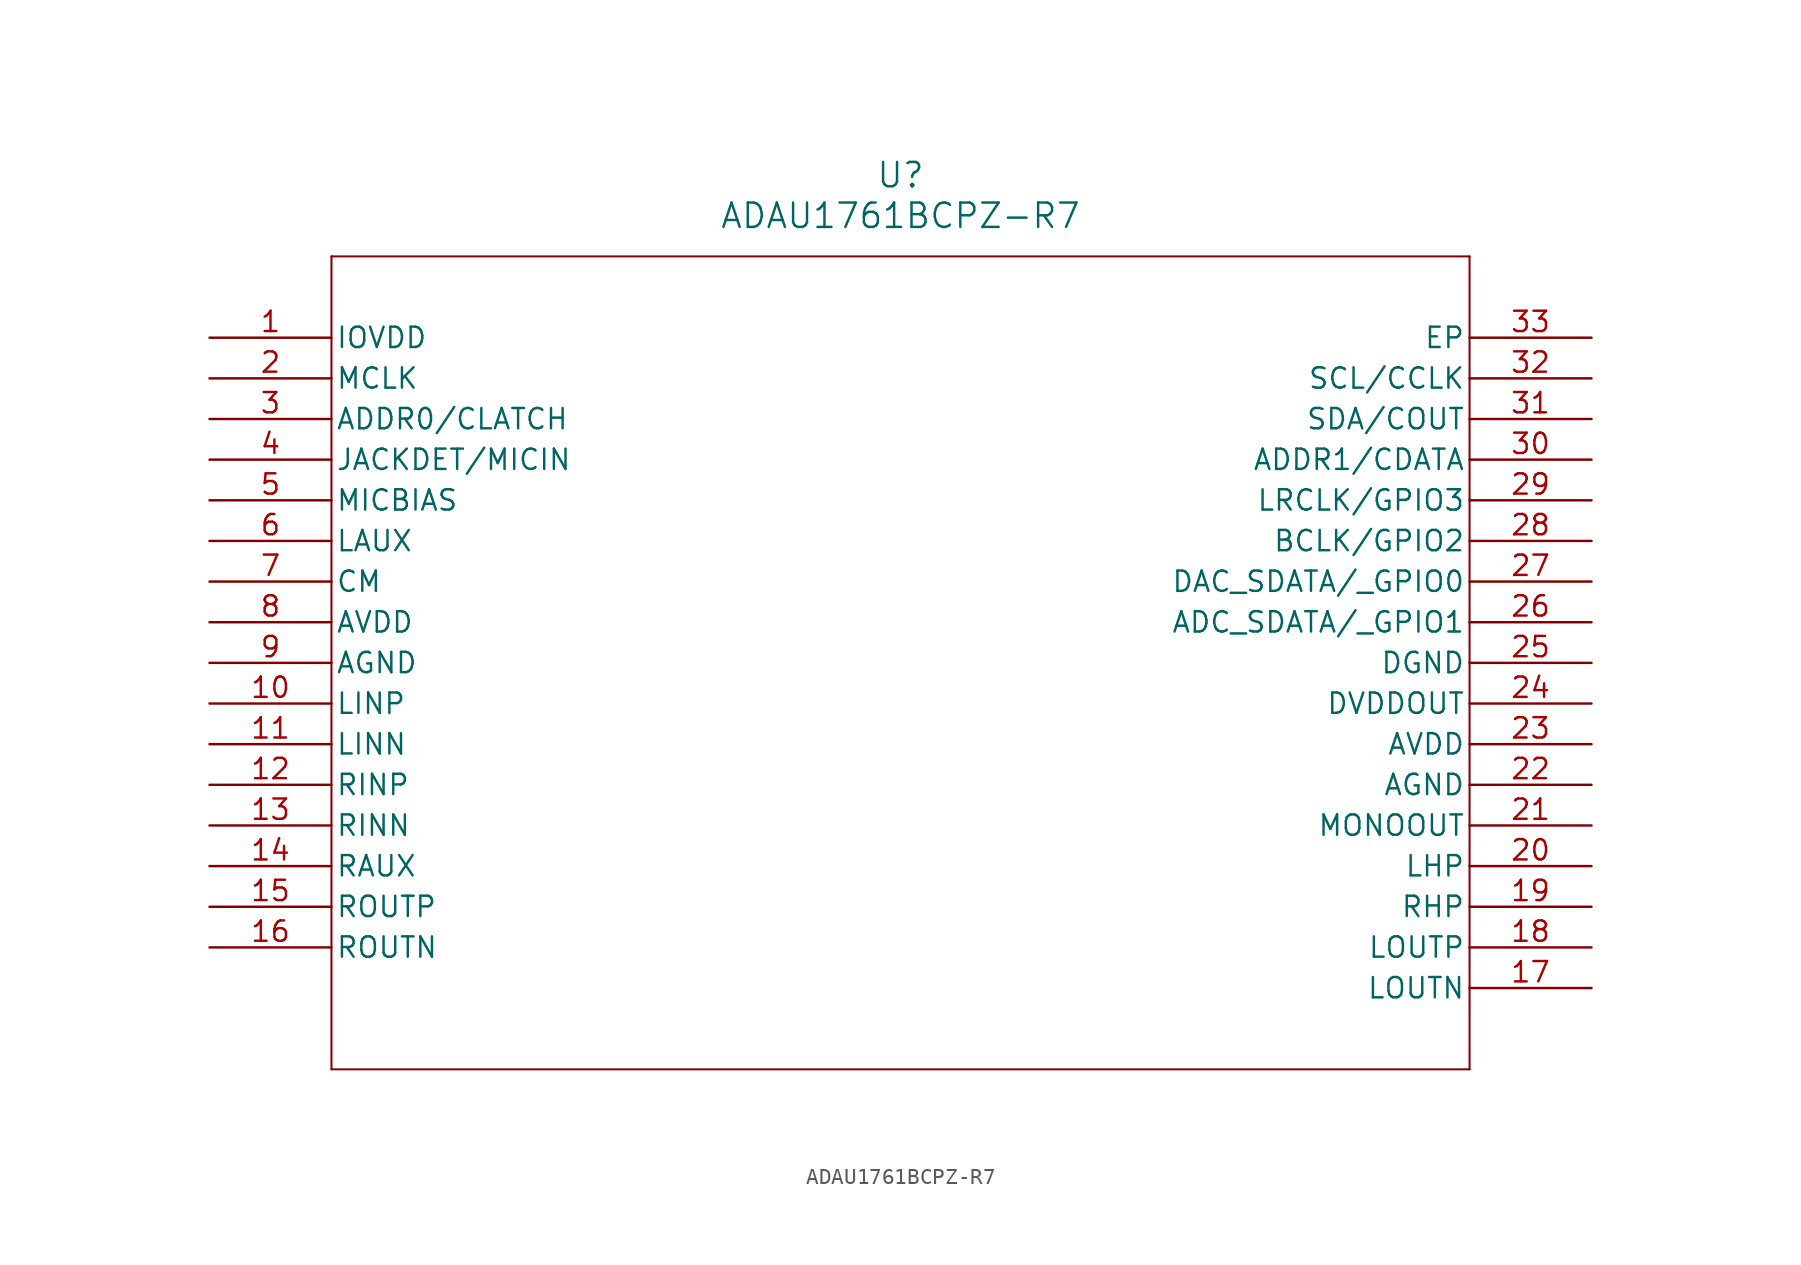
<source format=kicad_sym>
(kicad_symbol_lib
  (version 20220914)
  (generator kicad_symbol_editor)
  (symbol "ADAU1761BCPZ-R7"
    (pin_names
      (offset 0.254))
    (property "Reference" "U"
      (at 43.18 10.16 0)
      (effects (font (size 1.524 1.524))))
    (property "Value" "ADAU1761BCPZ-R7"
      (at 43.18 7.62 0)
      (effects (font (size 1.524 1.524))))
    (property "ki_locked" ""
      (at 0 0 0)
      (effects (font (size 1.27 1.27))))
    (symbol "ADAU1761BCPZ-R7_0_1"
      (polyline (pts (xy 7.62 -45.72) (xy 78.74 -45.72)) (stroke (width 0.127) (type default)) (fill (type none)))
      (polyline (pts (xy 7.62 5.08) (xy 7.62 -45.72)) (stroke (width 0.127) (type default)) (fill (type none)))
      (polyline (pts (xy 78.74 -45.72) (xy 78.74 5.08)) (stroke (width 0.127) (type default)) (fill (type none)))
      (polyline (pts (xy 78.74 5.08) (xy 7.62 5.08)) (stroke (width 0.127) (type default)) (fill (type none)))
      (pin power_in line (at 0 0 0) (length 7.62) (name "IOVDD" (effects (font (size 1.27 1.27)))) (number "1" (effects (font (size 1.27 1.27)))))
      (pin unspecified line (at 0 -35.56 0) (length 7.62) (name "ROUTP" (effects (font (size 1.27 1.27)))) (number "15" (effects (font (size 1.27 1.27)))))
      (pin unspecified line (at 0 -38.1 0) (length 7.62) (name "ROUTN" (effects (font (size 1.27 1.27)))) (number "16" (effects (font (size 1.27 1.27)))))
      (pin unspecified line (at 86.36 -40.64 180) (length 7.62) (name "LOUTN" (effects (font (size 1.27 1.27)))) (number "17" (effects (font (size 1.27 1.27)))))
      (pin unspecified line (at 86.36 -38.1 180) (length 7.62) (name "LOUTP" (effects (font (size 1.27 1.27)))) (number "18" (effects (font (size 1.27 1.27)))))
      (pin unspecified line (at 86.36 -30.48 180) (length 7.62) (name "MONOOUT" (effects (font (size 1.27 1.27)))) (number "21" (effects (font (size 1.27 1.27)))))
      (pin power_in line (at 86.36 -25.4 180) (length 7.62) (name "AVDD" (effects (font (size 1.27 1.27)))) (number "23" (effects (font (size 1.27 1.27)))))
      (pin unspecified line (at 86.36 -17.78 180) (length 7.62) (name "ADC_SDATA/_GPIO1" (effects (font (size 1.27 1.27)))) (number "26" (effects (font (size 1.27 1.27)))))
      (pin unspecified line (at 86.36 -15.24 180) (length 7.62) (name "DAC_SDATA/_GPIO0" (effects (font (size 1.27 1.27)))) (number "27" (effects (font (size 1.27 1.27)))))
      (pin unspecified line (at 86.36 -12.7 180) (length 7.62) (name "BCLK/GPIO2" (effects (font (size 1.27 1.27)))) (number "28" (effects (font (size 1.27 1.27)))))
      (pin unspecified line (at 86.36 -10.16 180) (length 7.62) (name "LRCLK/GPIO3" (effects (font (size 1.27 1.27)))) (number "29" (effects (font (size 1.27 1.27)))))
      (pin unspecified line (at 0 -7.62 0) (length 7.62) (name "JACKDET/MICIN" (effects (font (size 1.27 1.27)))) (number "4" (effects (font (size 1.27 1.27)))))
      (pin unspecified line (at 0 -10.16 0) (length 7.62) (name "MICBIAS" (effects (font (size 1.27 1.27)))) (number "5" (effects (font (size 1.27 1.27)))))
      (pin unspecified line (at 0 -12.7 0) (length 7.62) (name "LAUX" (effects (font (size 1.27 1.27)))) (number "6" (effects (font (size 1.27 1.27)))))
      (pin power_in line (at 0 -17.78 0) (length 7.62) (name "AVDD" (effects (font (size 1.27 1.27)))) (number "8" (effects (font (size 1.27 1.27))))))
    (symbol "ADAU1761BCPZ-R7_1_1"
      (pin input line (at 0 -22.86 0) (length 7.62) (name "LINP" (effects (font (size 1.27 1.27)))) (number "10" (effects (font (size 1.27 1.27)))))
      (pin input line (at 0 -25.4 0) (length 7.62) (name "LINN" (effects (font (size 1.27 1.27)))) (number "11" (effects (font (size 1.27 1.27)))))
      (pin input line (at 0 -27.94 0) (length 7.62) (name "RINP" (effects (font (size 1.27 1.27)))) (number "12" (effects (font (size 1.27 1.27)))))
      (pin input line (at 0 -30.48 0) (length 7.62) (name "RINN" (effects (font (size 1.27 1.27)))) (number "13" (effects (font (size 1.27 1.27)))))
      (pin input line (at 0 -33.02 0) (length 7.62) (name "RAUX" (effects (font (size 1.27 1.27)))) (number "14" (effects (font (size 1.27 1.27)))))
      (pin output line (at 86.36 -35.56 180) (length 7.62) (name "RHP" (effects (font (size 1.27 1.27)))) (number "19" (effects (font (size 1.27 1.27)))))
      (pin input line (at 0 -2.54 0) (length 7.62) (name "MCLK" (effects (font (size 1.27 1.27)))) (number "2" (effects (font (size 1.27 1.27)))))
      (pin output line (at 86.36 -33.02 180) (length 7.62) (name "LHP" (effects (font (size 1.27 1.27)))) (number "20" (effects (font (size 1.27 1.27)))))
      (pin power_in line (at 86.36 -27.94 180) (length 7.62) (name "AGND" (effects (font (size 1.27 1.27)))) (number "22" (effects (font (size 1.27 1.27)))))
      (pin passive line (at 86.36 -22.86 180) (length 7.62) (name "DVDDOUT" (effects (font (size 1.27 1.27)))) (number "24" (effects (font (size 1.27 1.27)))))
      (pin power_in line (at 86.36 -20.32 180) (length 7.62) (name "DGND" (effects (font (size 1.27 1.27)))) (number "25" (effects (font (size 1.27 1.27)))))
      (pin input line (at 0 -5.08 0) (length 7.62) (name "ADDR0/CLATCH" (effects (font (size 1.27 1.27)))) (number "3" (effects (font (size 1.27 1.27)))))
      (pin input line (at 86.36 -7.62 180) (length 7.62) (name "ADDR1/CDATA" (effects (font (size 1.27 1.27)))) (number "30" (effects (font (size 1.27 1.27)))))
      (pin output line (at 86.36 -5.08 180) (length 7.62) (name "SDA/COUT" (effects (font (size 1.27 1.27)))) (number "31" (effects (font (size 1.27 1.27)))))
      (pin bidirectional line (at 86.36 -2.54 180) (length 7.62) (name "SCL/CCLK" (effects (font (size 1.27 1.27)))) (number "32" (effects (font (size 1.27 1.27)))))
      (pin passive line (at 86.36 0 180) (length 7.62) (name "EP" (effects (font (size 1.27 1.27)))) (number "33" (effects (font (size 1.27 1.27)))))
      (pin output line (at 0 -15.24 0) (length 7.62) (name "CM" (effects (font (size 1.27 1.27)))) (number "7" (effects (font (size 1.27 1.27)))))
      (pin power_in line (at 0 -20.32 0) (length 7.62) (name "AGND" (effects (font (size 1.27 1.27)))) (number "9" (effects (font (size 1.27 1.27))))))))
</source>
